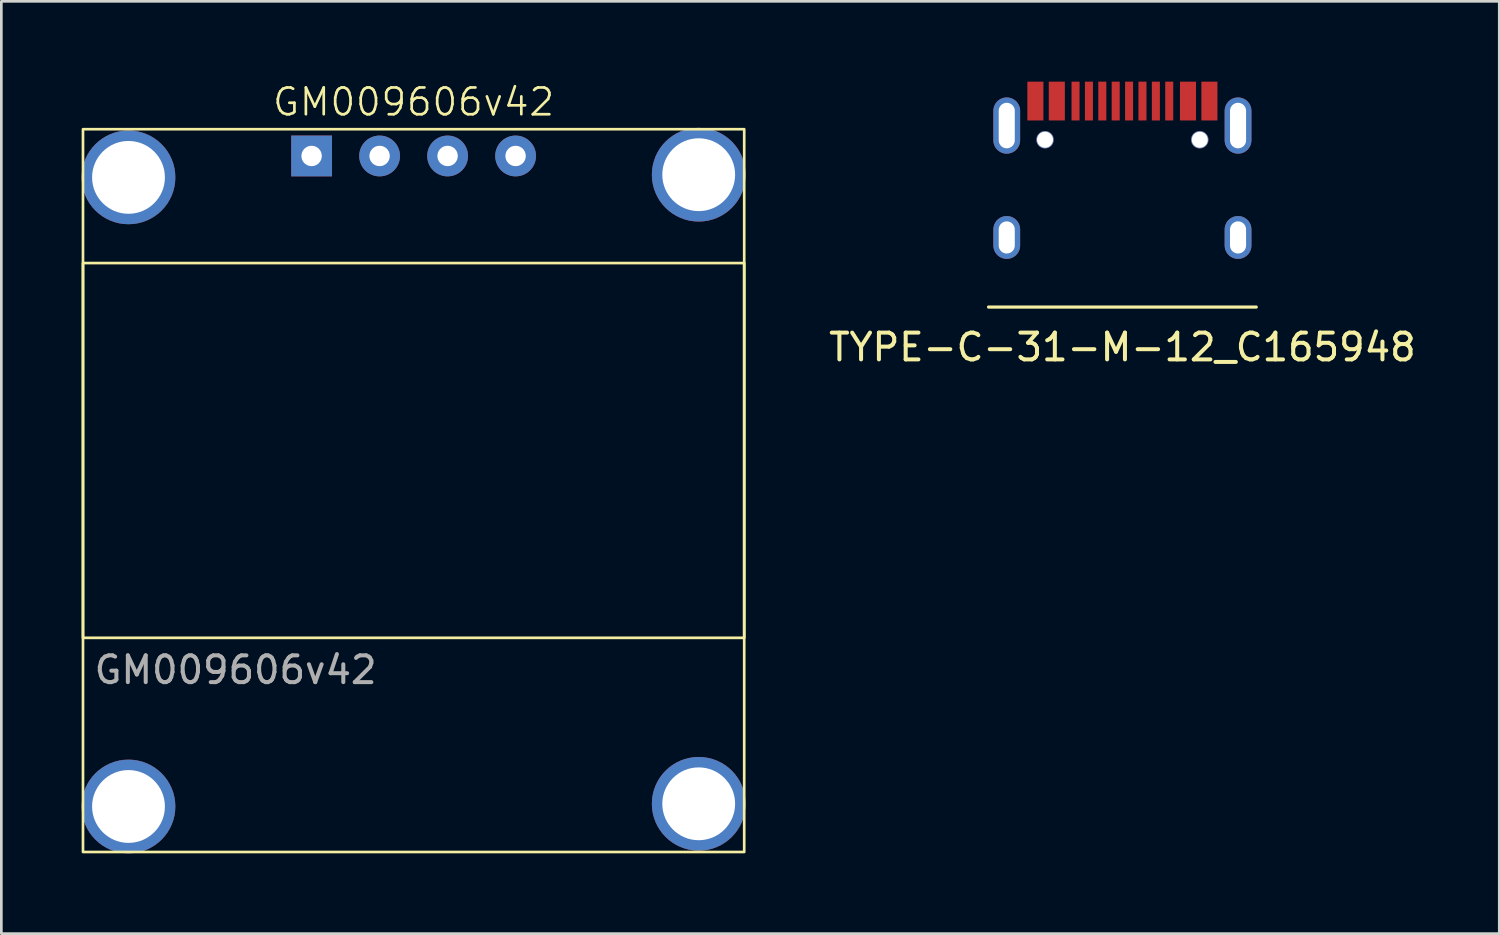
<source format=kicad_pcb>
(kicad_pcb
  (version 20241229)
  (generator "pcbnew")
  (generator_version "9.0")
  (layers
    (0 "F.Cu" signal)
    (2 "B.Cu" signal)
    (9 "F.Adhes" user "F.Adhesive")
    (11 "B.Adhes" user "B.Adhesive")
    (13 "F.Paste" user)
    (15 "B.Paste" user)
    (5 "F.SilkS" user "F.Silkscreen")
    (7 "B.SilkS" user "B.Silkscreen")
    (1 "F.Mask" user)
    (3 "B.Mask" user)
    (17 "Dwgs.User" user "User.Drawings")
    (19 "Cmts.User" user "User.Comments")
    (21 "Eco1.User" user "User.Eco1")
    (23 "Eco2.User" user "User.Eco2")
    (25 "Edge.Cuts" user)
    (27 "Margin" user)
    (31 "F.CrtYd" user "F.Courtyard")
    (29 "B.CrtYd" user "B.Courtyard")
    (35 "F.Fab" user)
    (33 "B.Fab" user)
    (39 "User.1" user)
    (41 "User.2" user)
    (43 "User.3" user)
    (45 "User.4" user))
  (footprint "TYPE-C-31-M-12_C165948"
    (layer "F.Cu")
    (at 38.877 8.42)
    (property "Reference" "TYPE-C-31-M-12_C165948" (at 0 1.5 0) (layer "F.SilkS") (effects (font (size 1 1) (thickness 0.15))))
    (attr through_hole)
    (fp_line (start -5 0) (end 5 0) (stroke (width 0.12) (type solid)) (layer "F.SilkS"))
    (pad "" thru_hole oval (at -4.32 -6.78) (size 1 2.1) (drill oval 0.6 1.7) (layers "*.Cu" "*.Mask"))
    (pad "" thru_hole oval (at -4.32 -2.6) (size 1 1.6) (drill oval 0.6 1.2) (layers "*.Cu" "*.Mask"))
    (pad "" thru_hole circle (at -2.89 -6.25) (size 0.65 0.65) (drill 0.6) (layers "*.Cu"))
    (pad "" thru_hole circle (at 2.89 -6.25) (size 0.65 0.65) (drill 0.6) (layers "*.Cu"))
    (pad "" thru_hole oval (at 4.32 -6.78) (size 1 2.1) (drill oval 0.6 1.7) (layers "*.Cu" "*.Mask"))
    (pad "" thru_hole oval (at 4.32 -2.6) (size 1 1.6) (drill oval 0.6 1.2) (layers "*.Cu" "*.Mask"))
    (pad "A1B12" smd rect (at -3.25 -7.695) (size 0.6 1.45) (layers "F.Cu" "F.Mask" "F.Paste"))
    (pad "A4B9" smd rect (at -2.45 -7.695) (size 0.6 1.45) (layers "F.Cu" "F.Mask" "F.Paste"))
    (pad "A5" smd rect (at -1.25 -7.695) (size 0.3 1.45) (layers "F.Cu" "F.Mask" "F.Paste"))
    (pad "A6" smd rect (at -0.25 -7.695) (size 0.3 1.45) (layers "F.Cu" "F.Mask" "F.Paste"))
    (pad "A7" smd rect (at 0.25 -7.695) (size 0.3 1.45) (layers "F.Cu" "F.Mask" "F.Paste"))
    (pad "A8" smd rect (at 1.25 -7.695) (size 0.3 1.45) (layers "F.Cu" "F.Mask" "F.Paste"))
    (pad "B1A12" smd rect (at 3.25 -7.695) (size 0.6 1.45) (layers "F.Cu" "F.Mask" "F.Paste"))
    (pad "B4A9" smd rect (at 2.45 -7.695) (size 0.6 1.45) (layers "F.Cu" "F.Mask" "F.Paste"))
    (pad "B5" smd rect (at 1.75 -7.695) (size 0.3 1.45) (layers "F.Cu" "F.Mask" "F.Paste"))
    (pad "B6" smd rect (at 0.75 -7.695) (size 0.3 1.45) (layers "F.Cu" "F.Mask" "F.Paste"))
    (pad "B7" smd rect (at -0.75 -7.695) (size 0.3 1.45) (layers "F.Cu" "F.Mask" "F.Paste"))
    (pad "B8" smd rect (at -1.75 -7.695) (size 0.3 1.45) (layers "F.Cu" "F.Mask" "F.Paste")))
  (footprint "GM009606v42"
    (layer "F.Cu")
    (at 12.05 1.776)
    (property "Reference" "GM009606v42" (at 0.35 -1.016 0) (unlocked yes) (layer "F.SilkS") (effects (font (size 1 1) (thickness 0.1))))
    (attr through_hole)
    (fp_rect (start -12 0) (end 12.7 27) (stroke (width 0.1) (type solid)) (fill no) (layer "F.SilkS"))
    (fp_rect (start -12 5) (end 12.7 19) (stroke (width 0.1) (type solid)) (fill no) (layer "F.SilkS"))
    (fp_text user "${REFERENCE}" (at -6.3 20.2 0) (unlocked yes) (layer "F.Fab") (effects (font (size 1 1) (thickness 0.15))))
    (pad "1" thru_hole circle (at -10.3 1.8) (size 3.5 3.5) (drill 2.72) (property pad_prop_castellated) (layers "*.Cu" "*.Mask"))
    (pad "1" thru_hole circle (at -10.3 25.3) (size 3.5 3.5) (drill 2.72) (property pad_prop_castellated) (layers "*.Cu" "*.Mask"))
    (pad "1" thru_hole rect (at -3.46 1) (size 1.524 1.524) (drill 0.762) (layers "*.Cu" "*.Mask"))
    (pad "1" thru_hole circle (at 11 1.7) (size 3.5 3.5) (drill 2.72) (property pad_prop_castellated) (layers "*.Cu" "*.Mask"))
    (pad "1" thru_hole circle (at 11 25.2) (size 3.5 3.5) (drill 2.72) (property pad_prop_castellated) (layers "*.Cu" "*.Mask"))
    (pad "2" thru_hole circle (at -0.92 1) (size 1.524 1.524) (drill 0.762) (layers "*.Cu" "*.Mask"))
    (pad "3" thru_hole circle (at 1.62 1) (size 1.524 1.524) (drill 0.762) (layers "*.Cu" "*.Mask"))
    (pad "4" thru_hole circle (at 4.16 1) (size 1.524 1.524) (drill 0.762) (layers "*.Cu" "*.Mask")))
  (gr_rect
    (start -3 -3)
    (end 52.955 31.826)
    (stroke (width 0.1) (type default))
    (fill no)
    (layer "Edge.Cuts")))
</source>
